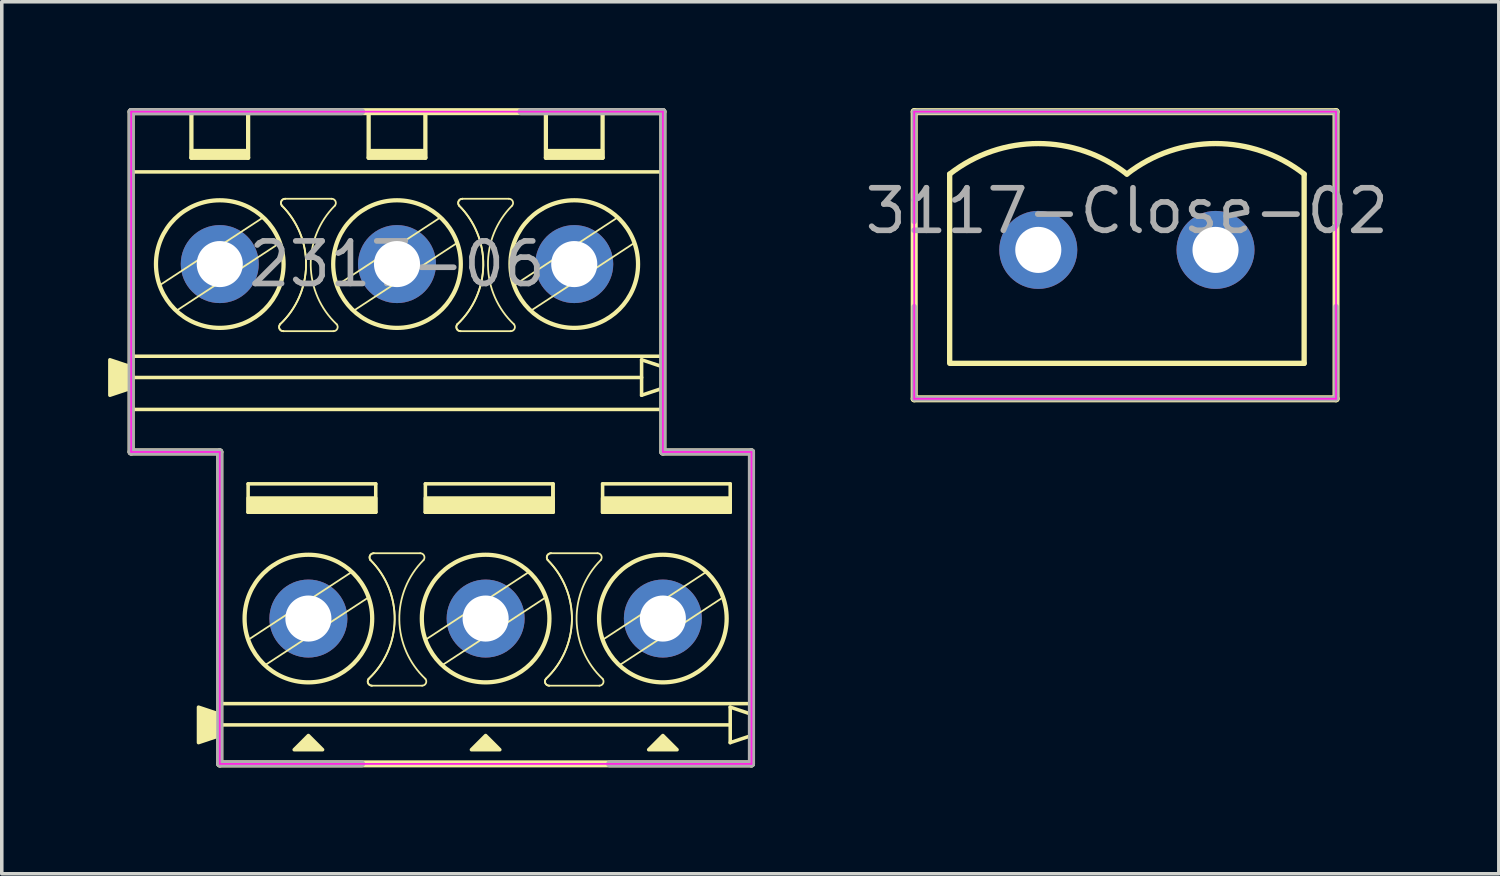
<source format=kicad_pcb>
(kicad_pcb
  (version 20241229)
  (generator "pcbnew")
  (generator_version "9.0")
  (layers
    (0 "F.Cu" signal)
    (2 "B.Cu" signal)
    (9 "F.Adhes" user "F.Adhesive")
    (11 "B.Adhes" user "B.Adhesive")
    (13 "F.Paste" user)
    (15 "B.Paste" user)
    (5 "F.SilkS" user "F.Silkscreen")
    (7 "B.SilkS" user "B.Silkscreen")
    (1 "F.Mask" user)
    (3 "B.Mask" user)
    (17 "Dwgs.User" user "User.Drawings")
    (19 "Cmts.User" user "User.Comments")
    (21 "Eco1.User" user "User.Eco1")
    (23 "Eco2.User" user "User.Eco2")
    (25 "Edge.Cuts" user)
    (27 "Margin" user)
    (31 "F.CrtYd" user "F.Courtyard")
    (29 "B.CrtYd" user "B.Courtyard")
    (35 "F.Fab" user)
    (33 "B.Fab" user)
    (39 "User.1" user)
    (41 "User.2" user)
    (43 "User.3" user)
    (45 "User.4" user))
  (footprint "2317-06"
    (layer "F.Cu")
    (at 10.65 9.4)
    (property "Reference" "2317-06" (at -2.5 -5 180) (layer "F.Fab") (effects (font (size 1.2 1.2) (thickness 0.16))))
    (attr through_hole)
    (fp_line (start -10 -9.3) (end -10 0.3) (stroke (width 0.2) (type solid)) (layer "F.SilkS"))
    (fp_line (start -10 -9.3) (end 5 -9.3) (stroke (width 0.2) (type solid)) (layer "F.SilkS"))
    (fp_line (start -10 -7.6) (end 5 -7.6) (stroke (width 0.1) (type solid)) (layer "F.SilkS"))
    (fp_line (start -10 -2.4) (end 5 -2.4) (stroke (width 0.1) (type solid)) (layer "F.SilkS"))
    (fp_line (start -10 -1.8) (end 4.4 -1.8) (stroke (width 0.1) (type solid)) (layer "F.SilkS"))
    (fp_line (start -10 -0.9) (end 5 -0.9) (stroke (width 0.1) (type solid)) (layer "F.SilkS"))
    (fp_line (start -10 0.3) (end -7.5 0.3) (stroke (width 0.2) (type solid)) (layer "F.SilkS"))
    (fp_line (start -9.2 -4.4) (end -6.3 -6.3) (stroke (width 0.05) (type solid)) (layer "F.SilkS"))
    (fp_line (start -8.7 -3.7) (end -5.8 -5.6) (stroke (width 0.05) (type solid)) (layer "F.SilkS"))
    (fp_line (start -8.3 -9.3) (end -8.3 -8) (stroke (width 0.12) (type solid)) (layer "F.SilkS"))
    (fp_line (start -8.3 -8) (end -6.7 -8) (stroke (width 0.12) (type solid)) (layer "F.SilkS"))
    (fp_line (start -7.5 0.3) (end -7.5 9.1) (stroke (width 0.2) (type solid)) (layer "F.SilkS"))
    (fp_line (start -7.5 7.4) (end 7.5 7.4) (stroke (width 0.1) (type solid)) (layer "F.SilkS"))
    (fp_line (start -7.5 8) (end 6.9 8) (stroke (width 0.1) (type solid)) (layer "F.SilkS"))
    (fp_line (start -7.5 9.1) (end 7.5 9.1) (stroke (width 0.2) (type solid)) (layer "F.SilkS"))
    (fp_line (start -6.7 -8) (end -6.7 -9.3) (stroke (width 0.12) (type solid)) (layer "F.SilkS"))
    (fp_line (start -6.7 1.2) (end -3.1 1.2) (stroke (width 0.1) (type solid)) (layer "F.SilkS"))
    (fp_line (start -6.7 2) (end -6.7 1.2) (stroke (width 0.1) (type solid)) (layer "F.SilkS"))
    (fp_line (start -6.7 2) (end -3.1 2) (stroke (width 0.1) (type solid)) (layer "F.SilkS"))
    (fp_line (start -6.7 5.6) (end -3.8 3.7) (stroke (width 0.05) (type solid)) (layer "F.SilkS"))
    (fp_line (start -6.2 6.3) (end -3.3 4.4) (stroke (width 0.05) (type solid)) (layer "F.SilkS"))
    (fp_line (start -5.709 -3.107) (end -4.291 -3.107) (stroke (width 0.05) (type solid)) (layer "F.SilkS"))
    (fp_line (start -5.657 -6.843) (end -4.343 -6.843) (stroke (width 0.05) (type solid)) (layer "F.SilkS"))
    (fp_line (start -4.2 -4.4) (end -1.3 -6.3) (stroke (width 0.05) (type solid)) (layer "F.SilkS"))
    (fp_line (start -3.7 -3.7) (end -0.8 -5.6) (stroke (width 0.05) (type solid)) (layer "F.SilkS"))
    (fp_line (start -3.3 -9.3) (end -3.3 -8) (stroke (width 0.12) (type solid)) (layer "F.SilkS"))
    (fp_line (start -3.3 -8) (end -1.7 -8) (stroke (width 0.12) (type solid)) (layer "F.SilkS"))
    (fp_line (start -3.209 6.893) (end -1.791 6.893) (stroke (width 0.05) (type solid)) (layer "F.SilkS"))
    (fp_line (start -3.157 3.157) (end -1.843 3.157) (stroke (width 0.05) (type solid)) (layer "F.SilkS"))
    (fp_line (start -3.1 2) (end -3.1 1.2) (stroke (width 0.1) (type solid)) (layer "F.SilkS"))
    (fp_line (start -1.7 -8) (end -1.7 -9.3) (stroke (width 0.12) (type solid)) (layer "F.SilkS"))
    (fp_line (start -1.7 1.2) (end 1.9 1.2) (stroke (width 0.1) (type solid)) (layer "F.SilkS"))
    (fp_line (start -1.7 2) (end -1.7 1.2) (stroke (width 0.1) (type solid)) (layer "F.SilkS"))
    (fp_line (start -1.7 2) (end 1.9 2) (stroke (width 0.1) (type solid)) (layer "F.SilkS"))
    (fp_line (start -1.7 5.6) (end 1.2 3.7) (stroke (width 0.05) (type solid)) (layer "F.SilkS"))
    (fp_line (start -1.2 6.3) (end 1.7 4.4) (stroke (width 0.05) (type solid)) (layer "F.SilkS"))
    (fp_line (start -0.709 -3.107) (end 0.709 -3.107) (stroke (width 0.05) (type solid)) (layer "F.SilkS"))
    (fp_line (start -0.657 -6.843) (end 0.657 -6.843) (stroke (width 0.05) (type solid)) (layer "F.SilkS"))
    (fp_line (start 0.8 -4.4) (end 3.7 -6.3) (stroke (width 0.05) (type solid)) (layer "F.SilkS"))
    (fp_line (start 1.3 -3.7) (end 4.2 -5.6) (stroke (width 0.05) (type solid)) (layer "F.SilkS"))
    (fp_line (start 1.7 -9.3) (end 1.7 -8) (stroke (width 0.12) (type solid)) (layer "F.SilkS"))
    (fp_line (start 1.7 -8) (end 3.3 -8) (stroke (width 0.12) (type solid)) (layer "F.SilkS"))
    (fp_line (start 1.791 6.893) (end 3.209 6.893) (stroke (width 0.05) (type solid)) (layer "F.SilkS"))
    (fp_line (start 1.843 3.157) (end 3.157 3.157) (stroke (width 0.05) (type solid)) (layer "F.SilkS"))
    (fp_line (start 1.9 2) (end 1.9 1.2) (stroke (width 0.1) (type solid)) (layer "F.SilkS"))
    (fp_line (start 1.9 2) (end 1.9 1.2) (stroke (width 0.1) (type solid)) (layer "F.SilkS"))
    (fp_line (start 3.3 -8) (end 3.3 -9.3) (stroke (width 0.12) (type solid)) (layer "F.SilkS"))
    (fp_line (start 3.3 1.2) (end 6.9 1.2) (stroke (width 0.1) (type solid)) (layer "F.SilkS"))
    (fp_line (start 3.3 2) (end 3.3 1.2) (stroke (width 0.1) (type solid)) (layer "F.SilkS"))
    (fp_line (start 3.3 2) (end 6.9 2) (stroke (width 0.1) (type solid)) (layer "F.SilkS"))
    (fp_line (start 3.3 5.6) (end 6.2 3.7) (stroke (width 0.05) (type solid)) (layer "F.SilkS"))
    (fp_line (start 3.8 6.3) (end 6.7 4.4) (stroke (width 0.05) (type solid)) (layer "F.SilkS"))
    (fp_line (start 4.4 -2.3) (end 4.4 -1.3) (stroke (width 0.1) (type solid)) (layer "F.SilkS"))
    (fp_line (start 4.4 -1.3) (end 5 -1.5) (stroke (width 0.1) (type solid)) (layer "F.SilkS"))
    (fp_line (start 5 -9.3) (end 5 0.3) (stroke (width 0.2) (type solid)) (layer "F.SilkS"))
    (fp_line (start 5 -2.1) (end 4.4 -2.3) (stroke (width 0.1) (type solid)) (layer "F.SilkS"))
    (fp_line (start 5 0.3) (end 7.5 0.3) (stroke (width 0.2) (type solid)) (layer "F.SilkS"))
    (fp_line (start 6.9 2) (end 6.9 1.2) (stroke (width 0.1) (type solid)) (layer "F.SilkS"))
    (fp_line (start 6.9 7.5) (end 6.9 8.5) (stroke (width 0.1) (type solid)) (layer "F.SilkS"))
    (fp_line (start 6.9 8.5) (end 7.5 8.3) (stroke (width 0.1) (type solid)) (layer "F.SilkS"))
    (fp_line (start 7.5 0.3) (end 7.5 9.1) (stroke (width 0.2) (type solid)) (layer "F.SilkS"))
    (fp_line (start 7.5 7.7) (end 6.9 7.5) (stroke (width 0.1) (type solid)) (layer "F.SilkS"))
    (fp_arc (start -5.748215 -6.649727) (mid -5.065757 -4.963913) (end -5.800001 -3.300001) (stroke (width 0.05) (type solid)) (layer "F.SilkS"))
    (fp_arc (start -5.748215 -6.649727) (mid -5.065757 -4.963913) (end -5.800001 -3.300001) (stroke (width 0.05) (type solid)) (layer "F.SilkS"))
    (fp_arc (start -5.748215 -6.649727) (mid -5.76353 -6.775199) (end -5.65671 -6.842779) (stroke (width 0.05) (type solid)) (layer "F.SilkS"))
    (fp_arc (start -5.748215 -6.649727) (mid -5.76353 -6.775199) (end -5.65671 -6.842779) (stroke (width 0.05) (type solid)) (layer "F.SilkS"))
    (fp_arc (start -5.708524 -3.106916) (mid -5.815353 -3.174516) (end -5.800001 -3.300001) (stroke (width 0.05) (type solid)) (layer "F.SilkS"))
    (fp_arc (start -5.708524 -3.106916) (mid -5.815353 -3.174516) (end -5.800001 -3.300001) (stroke (width 0.05) (type solid)) (layer "F.SilkS"))
    (fp_arc (start -4.34329 -6.842779) (mid -4.236461 -6.775179) (end -4.251813 -6.649694) (stroke (width 0.05) (type solid)) (layer "F.SilkS"))
    (fp_arc (start -4.199999 -3.300001) (mid -4.184647 -3.174516) (end -4.291476 -3.106916) (stroke (width 0.05) (type solid)) (layer "F.SilkS"))
    (fp_arc (start -4.199999 -3.300001) (mid -4.934243 -4.963913) (end -4.251785 -6.649727) (stroke (width 0.05) (type solid)) (layer "F.SilkS"))
    (fp_arc (start -3.248215 3.350273) (mid -2.565757 5.036087) (end -3.300001 6.699999) (stroke (width 0.05) (type solid)) (layer "F.SilkS"))
    (fp_arc (start -3.248215 3.350273) (mid -2.565757 5.036087) (end -3.300001 6.699999) (stroke (width 0.05) (type solid)) (layer "F.SilkS"))
    (fp_arc (start -3.248215 3.350273) (mid -3.26353 3.224801) (end -3.15671 3.157221) (stroke (width 0.05) (type solid)) (layer "F.SilkS"))
    (fp_arc (start -3.248215 3.350273) (mid -3.26353 3.224801) (end -3.15671 3.157221) (stroke (width 0.05) (type solid)) (layer "F.SilkS"))
    (fp_arc (start -3.208524 6.893084) (mid -3.315353 6.825484) (end -3.300001 6.699999) (stroke (width 0.05) (type solid)) (layer "F.SilkS"))
    (fp_arc (start -3.208524 6.893084) (mid -3.315353 6.825484) (end -3.300001 6.699999) (stroke (width 0.05) (type solid)) (layer "F.SilkS"))
    (fp_arc (start -1.84329 3.157221) (mid -1.736461 3.224821) (end -1.751813 3.350306) (stroke (width 0.05) (type solid)) (layer "F.SilkS"))
    (fp_arc (start -1.699999 6.699999) (mid -1.684647 6.825484) (end -1.791476 6.893084) (stroke (width 0.05) (type solid)) (layer "F.SilkS"))
    (fp_arc (start -1.699999 6.699999) (mid -2.434243 5.036087) (end -1.751785 3.350273) (stroke (width 0.05) (type solid)) (layer "F.SilkS"))
    (fp_arc (start -0.748215 -6.649727) (mid -0.065757 -4.963913) (end -0.800001 -3.300001) (stroke (width 0.05) (type solid)) (layer "F.SilkS"))
    (fp_arc (start -0.748215 -6.649727) (mid -0.065757 -4.963913) (end -0.800001 -3.300001) (stroke (width 0.05) (type solid)) (layer "F.SilkS"))
    (fp_arc (start -0.748215 -6.649727) (mid -0.76353 -6.775199) (end -0.65671 -6.842779) (stroke (width 0.05) (type solid)) (layer "F.SilkS"))
    (fp_arc (start -0.748215 -6.649727) (mid -0.76353 -6.775199) (end -0.65671 -6.842779) (stroke (width 0.05) (type solid)) (layer "F.SilkS"))
    (fp_arc (start -0.708524 -3.106916) (mid -0.815353 -3.174516) (end -0.800001 -3.300001) (stroke (width 0.05) (type solid)) (layer "F.SilkS"))
    (fp_arc (start -0.708524 -3.106916) (mid -0.815353 -3.174516) (end -0.800001 -3.300001) (stroke (width 0.05) (type solid)) (layer "F.SilkS"))
    (fp_arc (start 0.65671 -6.842779) (mid 0.763539 -6.775179) (end 0.748187 -6.649694) (stroke (width 0.05) (type solid)) (layer "F.SilkS"))
    (fp_arc (start 0.800001 -3.300001) (mid 0.815353 -3.174516) (end 0.708524 -3.106916) (stroke (width 0.05) (type solid)) (layer "F.SilkS"))
    (fp_arc (start 0.800001 -3.300001) (mid 0.065757 -4.963913) (end 0.748215 -6.649727) (stroke (width 0.05) (type solid)) (layer "F.SilkS"))
    (fp_arc (start 1.751785 3.350273) (mid 2.434243 5.036087) (end 1.699999 6.699999) (stroke (width 0.05) (type solid)) (layer "F.SilkS"))
    (fp_arc (start 1.751785 3.350273) (mid 2.434243 5.036087) (end 1.699999 6.699999) (stroke (width 0.05) (type solid)) (layer "F.SilkS"))
    (fp_arc (start 1.751785 3.350273) (mid 1.73647 3.224801) (end 1.84329 3.157221) (stroke (width 0.05) (type solid)) (layer "F.SilkS"))
    (fp_arc (start 1.751785 3.350273) (mid 1.73647 3.224801) (end 1.84329 3.157221) (stroke (width 0.05) (type solid)) (layer "F.SilkS"))
    (fp_arc (start 1.791476 6.893084) (mid 1.684647 6.825484) (end 1.699999 6.699999) (stroke (width 0.05) (type solid)) (layer "F.SilkS"))
    (fp_arc (start 1.791476 6.893084) (mid 1.684647 6.825484) (end 1.699999 6.699999) (stroke (width 0.05) (type solid)) (layer "F.SilkS"))
    (fp_arc (start 3.15671 3.157221) (mid 3.263539 3.224821) (end 3.248187 3.350306) (stroke (width 0.05) (type solid)) (layer "F.SilkS"))
    (fp_arc (start 3.300001 6.699999) (mid 3.315353 6.825484) (end 3.208524 6.893084) (stroke (width 0.05) (type solid)) (layer "F.SilkS"))
    (fp_arc (start 3.300001 6.699999) (mid 2.565757 5.036087) (end 3.248215 3.350273) (stroke (width 0.05) (type solid)) (layer "F.SilkS"))
    (fp_circle (center -7.5 -5) (end -5.7 -5) (stroke (width 0.12) (type solid)) (fill no) (layer "F.SilkS"))
    (fp_circle (center -5 5) (end -3.2 5) (stroke (width 0.12) (type solid)) (fill no) (layer "F.SilkS"))
    (fp_circle (center -2.5 -5) (end -0.7 -5) (stroke (width 0.12) (type solid)) (fill no) (layer "F.SilkS"))
    (fp_circle (center 0 5) (end 1.8 5) (stroke (width 0.12) (type solid)) (fill no) (layer "F.SilkS"))
    (fp_circle (center 2.5 -5) (end 4.3 -5) (stroke (width 0.12) (type solid)) (fill no) (layer "F.SilkS"))
    (fp_circle (center 5 5) (end 6.8 5) (stroke (width 0.12) (type solid)) (fill no) (layer "F.SilkS"))
    (fp_poly (pts (xy -4.6 8.7) (xy -5.4 8.7) (xy -5 8.3)) (stroke (width 0.1) (type solid)) (fill yes) (layer "F.SilkS"))
    (fp_poly (pts (xy 0.4 8.7) (xy -0.4 8.7) (xy 0 8.3)) (stroke (width 0.1) (type solid)) (fill yes) (layer "F.SilkS"))
    (fp_poly (pts (xy 5.4 8.7) (xy 4.6 8.7) (xy 5 8.3)) (stroke (width 0.1) (type solid)) (fill yes) (layer "F.SilkS"))
    (fp_poly (pts (xy -10.6 -2.3) (xy -10 -2.1) (xy -10 -1.5) (xy -10.6 -1.3)) (stroke (width 0.1) (type solid)) (fill yes) (layer "F.SilkS"))
    (fp_poly (pts (xy -8.1 7.5) (xy -7.5 7.7) (xy -7.5 8.3) (xy -8.1 8.5)) (stroke (width 0.1) (type solid)) (fill yes) (layer "F.SilkS"))
    (fp_poly (pts (xy -6.7 -8) (xy -8.3 -8) (xy -8.3 -8.2) (xy -6.7 -8.2)) (stroke (width 0.1) (type solid)) (fill yes) (layer "F.SilkS"))
    (fp_poly (pts (xy -3.1 2) (xy -6.7 2) (xy -6.7 1.6) (xy -3.1 1.6)) (stroke (width 0.1) (type solid)) (fill yes) (layer "F.SilkS"))
    (fp_poly (pts (xy -1.7 -8) (xy -3.3 -8) (xy -3.3 -8.2) (xy -1.7 -8.2)) (stroke (width 0.1) (type solid)) (fill yes) (layer "F.SilkS"))
    (fp_poly (pts (xy 1.9 2) (xy -1.7 2) (xy -1.7 1.6) (xy 1.9 1.6)) (stroke (width 0.1) (type solid)) (fill yes) (layer "F.SilkS"))
    (fp_poly (pts (xy 3.3 -8) (xy 1.7 -8) (xy 1.7 -8.2) (xy 3.3 -8.2)) (stroke (width 0.1) (type solid)) (fill yes) (layer "F.SilkS"))
    (fp_poly (pts (xy 6.9 2) (xy 3.3 2) (xy 3.3 1.6) (xy 6.9 1.6)) (stroke (width 0.1) (type solid)) (fill yes) (layer "F.SilkS"))
    (fp_line (start -10 -9.3) (end -10 0.3) (stroke (width 0.05) (type solid)) (layer "F.CrtYd"))
    (fp_line (start -10 -9.3) (end 5 -9.3) (stroke (width 0.05) (type solid)) (layer "F.CrtYd"))
    (fp_line (start -10 0.3) (end -7.5 0.3) (stroke (width 0.05) (type solid)) (layer "F.CrtYd"))
    (fp_line (start -7.5 0.3) (end -7.5 9.1) (stroke (width 0.05) (type solid)) (layer "F.CrtYd"))
    (fp_line (start -7.5 9.1) (end 7.5 9.1) (stroke (width 0.05) (type solid)) (layer "F.CrtYd"))
    (fp_line (start 5 -9.3) (end 5 0.3) (stroke (width 0.05) (type solid)) (layer "F.CrtYd"))
    (fp_line (start 5 0.3) (end 7.5 0.3) (stroke (width 0.05) (type solid)) (layer "F.CrtYd"))
    (fp_line (start 7.5 0.3) (end 7.5 9.1) (stroke (width 0.05) (type solid)) (layer "F.CrtYd"))
    (fp_line (start -10 0.3) (end -10 -9.3) (stroke (width 0.2) (type solid)) (layer "F.Fab"))
    (fp_line (start -7.5 0.3) (end -10 0.3) (stroke (width 0.2) (type solid)) (layer "F.Fab"))
    (fp_line (start -7.5 9.1) (end -7.5 0.3) (stroke (width 0.2) (type solid)) (layer "F.Fab"))
    (fp_line (start -3.5 -9.3) (end -10 -9.3) (stroke (width 0.2) (type solid)) (layer "F.Fab"))
    (fp_line (start -3.5 9.1) (end -7.5 9.1) (stroke (width 0.2) (type solid)) (layer "F.Fab"))
    (fp_line (start 5 -9.3) (end 1 -9.3) (stroke (width 0.2) (type solid)) (layer "F.Fab"))
    (fp_line (start 5 0.3) (end 5 -9.3) (stroke (width 0.2) (type solid)) (layer "F.Fab"))
    (fp_line (start 7.5 0.3) (end 5 0.3) (stroke (width 0.2) (type solid)) (layer "F.Fab"))
    (fp_line (start 7.5 9.1) (end 3.5 9.1) (stroke (width 0.2) (type solid)) (layer "F.Fab"))
    (fp_line (start 7.5 9.1) (end 7.5 0.3) (stroke (width 0.2) (type solid)) (layer "F.Fab"))
    (pad "1" thru_hole circle (at -7.5 -5) (size 2.2 2.2) (drill 1.3) (layers "*.Cu" "*.Mask"))
    (pad "2" thru_hole circle (at -5 5) (size 2.2 2.2) (drill 1.3) (layers "*.Cu" "*.Mask"))
    (pad "3" thru_hole circle (at -2.5 -5) (size 2.2 2.2) (drill 1.3) (layers "*.Cu" "*.Mask"))
    (pad "4" thru_hole circle (at 0 5) (size 2.2 2.2) (drill 1.3) (layers "*.Cu" "*.Mask"))
    (pad "5" thru_hole circle (at 2.5 -5) (size 2.2 2.2) (drill 1.3) (layers "*.Cu" "*.Mask"))
    (pad "6" thru_hole circle (at 5 5) (size 2.2 2.2) (drill 1.3) (layers "*.Cu" "*.Mask")))
  (footprint "3117-Close-02"
    (layer "F.Cu")
    (at 28.691 4)
    (property "Reference" "3117-Close-02" (at 0.05 -1.1 180) (layer "F.Fab") (effects (font (size 1.2 1.2) (thickness 0.16))))
    (attr through_hole)
    (fp_line (start -5.95 -3.9) (end 5.95 -3.9) (stroke (width 0.2) (type solid)) (layer "F.SilkS"))
    (fp_line (start -5.95 4.2) (end -5.95 -3.9) (stroke (width 0.2) (type solid)) (layer "F.SilkS"))
    (fp_line (start -5.95 4.2) (end 5.95 4.2) (stroke (width 0.2) (type solid)) (layer "F.SilkS"))
    (fp_line (start -4.95 3.2) (end -4.95 -2.139) (stroke (width 0.15) (type solid)) (layer "F.SilkS"))
    (fp_line (start 5.05 3.2) (end -4.92 3.2) (stroke (width 0.15) (type solid)) (layer "F.SilkS"))
    (fp_line (start 5.05 3.2) (end 5.05 -2.139) (stroke (width 0.15) (type solid)) (layer "F.SilkS"))
    (fp_line (start 5.95 4.2) (end 5.95 -3.9) (stroke (width 0.2) (type solid)) (layer "F.SilkS"))
    (fp_arc (start -4.95 -2.139212) (mid -2.45 -3) (end 0.05 -2.139212) (stroke (width 0.15) (type default)) (layer "F.SilkS"))
    (fp_arc (start 0.05 -2.139212) (mid 2.55 -3) (end 5.05 -2.139212) (stroke (width 0.15) (type default)) (layer "F.SilkS"))
    (fp_line (start -5.95 -3.9) (end -5.95 4.2) (stroke (width 0.05) (type solid)) (layer "F.CrtYd"))
    (fp_line (start -5.95 -3.9) (end 5.95 -3.9) (stroke (width 0.05) (type solid)) (layer "F.CrtYd"))
    (fp_line (start -5.95 4.2) (end 5.95 4.2) (stroke (width 0.05) (type solid)) (layer "F.CrtYd"))
    (fp_line (start 5.95 -3.9) (end 5.95 4.2) (stroke (width 0.05) (type solid)) (layer "F.CrtYd"))
    (fp_line (start -5.95 -3.9) (end -5.95 -0.8) (stroke (width 0.15) (type solid)) (layer "F.Fab"))
    (fp_line (start -5.95 -3.9) (end 5.95 -3.9) (stroke (width 0.15) (type solid)) (layer "F.Fab"))
    (fp_line (start -5.95 1.6) (end -5.95 4.2) (stroke (width 0.15) (type solid)) (layer "F.Fab"))
    (fp_line (start -5.95 4.2) (end 5.95 4.2) (stroke (width 0.15) (type solid)) (layer "F.Fab"))
    (fp_line (start 5.95 -3.9) (end 5.95 -0.8) (stroke (width 0.15) (type solid)) (layer "F.Fab"))
    (fp_line (start 5.95 1.6) (end 5.95 4.2) (stroke (width 0.15) (type solid)) (layer "F.Fab"))
    (pad "1" thru_hole circle (at -2.45 0) (size 2.2 2.2) (drill 1.3) (layers "*.Cu" "*.Mask"))
    (pad "2" thru_hole circle (at 2.55 0) (size 2.2 2.2) (drill 1.3) (layers "*.Cu" "*.Mask")))
  (gr_rect
    (start -3 -3)
    (end 39.233 21.6)
    (stroke (width 0.1) (type default))
    (fill no)
    (layer "Edge.Cuts")))
</source>
